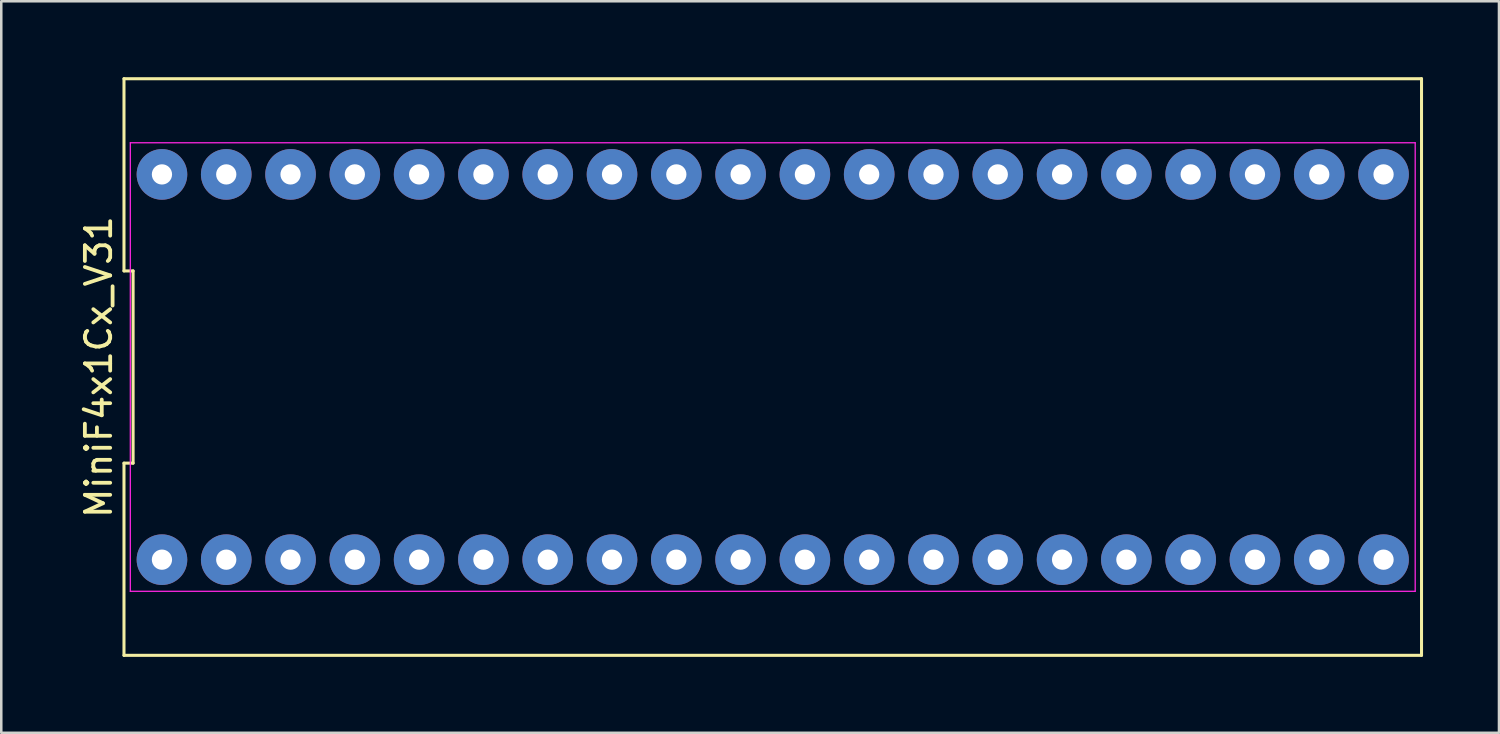
<source format=kicad_pcb>
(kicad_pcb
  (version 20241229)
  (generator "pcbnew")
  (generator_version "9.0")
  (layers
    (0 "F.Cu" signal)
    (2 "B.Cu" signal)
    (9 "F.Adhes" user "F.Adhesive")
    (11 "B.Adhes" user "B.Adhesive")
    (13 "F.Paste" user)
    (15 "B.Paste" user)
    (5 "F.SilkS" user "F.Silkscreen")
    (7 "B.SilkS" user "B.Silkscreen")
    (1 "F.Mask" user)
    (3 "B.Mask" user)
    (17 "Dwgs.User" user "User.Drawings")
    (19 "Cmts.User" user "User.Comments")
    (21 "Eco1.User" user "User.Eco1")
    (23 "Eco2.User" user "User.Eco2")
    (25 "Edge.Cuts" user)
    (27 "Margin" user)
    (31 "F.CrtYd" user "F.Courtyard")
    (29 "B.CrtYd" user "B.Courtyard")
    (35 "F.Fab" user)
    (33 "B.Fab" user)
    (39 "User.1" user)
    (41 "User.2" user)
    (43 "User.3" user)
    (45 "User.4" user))
  (footprint "MiniF4x1Cx_V31"
    (layer "F.Cu")
    (at 27.478 11.45)
    (property "Reference" "MiniF4x1Cx_V31" (at -26.63 0 90) (layer "F.SilkS") (effects (font (size 1 1) (thickness 0.15))))
    (attr through_hole)
    (fp_line (start -25.63 -11.39) (end -25.63 -3.797) (stroke (width 0.12) (type solid)) (layer "F.SilkS"))
    (fp_line (start -25.63 -3.797) (end -25.27 -3.797) (stroke (width 0.12) (type solid)) (layer "F.SilkS"))
    (fp_line (start -25.63 3.797) (end -25.63 11.39) (stroke (width 0.12) (type solid)) (layer "F.SilkS"))
    (fp_line (start -25.63 11.39) (end 25.63 11.39) (stroke (width 0.12) (type solid)) (layer "F.SilkS"))
    (fp_line (start -25.27 -3.797) (end -25.27 3.797) (stroke (width 0.12) (type solid)) (layer "F.SilkS"))
    (fp_line (start -25.27 3.797) (end -25.63 3.797) (stroke (width 0.12) (type solid)) (layer "F.SilkS"))
    (fp_line (start 25.63 -11.39) (end -25.63 -11.39) (stroke (width 0.12) (type solid)) (layer "F.SilkS"))
    (fp_line (start 25.63 11.39) (end 25.63 -11.39) (stroke (width 0.12) (type solid)) (layer "F.SilkS"))
    (fp_line (start -25.38 -8.86) (end 25.38 -8.86) (stroke (width 0.05) (type solid)) (layer "F.CrtYd"))
    (fp_line (start -25.38 8.86) (end -25.38 -8.86) (stroke (width 0.05) (type solid)) (layer "F.CrtYd"))
    (fp_line (start 25.38 -8.86) (end 25.38 8.86) (stroke (width 0.05) (type solid)) (layer "F.CrtYd"))
    (fp_line (start 25.38 8.86) (end -25.38 8.86) (stroke (width 0.05) (type solid)) (layer "F.CrtYd"))
    (pad "1" thru_hole circle (at -24.13 7.61) (size 2 2) (drill 0.8) (layers "*.Cu" "*.Mask"))
    (pad "2" thru_hole circle (at -21.59 7.61) (size 2 2) (drill 0.8) (layers "*.Cu" "*.Mask"))
    (pad "3" thru_hole circle (at -19.05 7.61) (size 2 2) (drill 0.8) (layers "*.Cu" "*.Mask"))
    (pad "4" thru_hole circle (at -16.51 7.61) (size 2 2) (drill 0.8) (layers "*.Cu" "*.Mask"))
    (pad "5" thru_hole circle (at -13.97 7.61) (size 2 2) (drill 0.8) (layers "*.Cu" "*.Mask"))
    (pad "6" thru_hole circle (at -11.43 7.61) (size 2 2) (drill 0.8) (layers "*.Cu" "*.Mask"))
    (pad "7" thru_hole circle (at -8.89 7.61) (size 2 2) (drill 0.8) (layers "*.Cu" "*.Mask"))
    (pad "8" thru_hole circle (at -6.35 7.61) (size 2 2) (drill 0.8) (layers "*.Cu" "*.Mask"))
    (pad "9" thru_hole circle (at -3.81 7.61) (size 2 2) (drill 0.8) (layers "*.Cu" "*.Mask"))
    (pad "10" thru_hole circle (at -1.27 7.61) (size 2 2) (drill 0.8) (layers "*.Cu" "*.Mask"))
    (pad "11" thru_hole circle (at 1.27 7.61) (size 2 2) (drill 0.8) (layers "*.Cu" "*.Mask"))
    (pad "12" thru_hole circle (at 3.81 7.61) (size 2 2) (drill 0.8) (layers "*.Cu" "*.Mask"))
    (pad "13" thru_hole circle (at 6.35 7.61) (size 2 2) (drill 0.8) (layers "*.Cu" "*.Mask"))
    (pad "14" thru_hole circle (at 8.89 7.61) (size 2 2) (drill 0.8) (layers "*.Cu" "*.Mask"))
    (pad "15" thru_hole circle (at 11.43 7.61) (size 2 2) (drill 0.8) (layers "*.Cu" "*.Mask"))
    (pad "16" thru_hole circle (at 13.97 7.61) (size 2 2) (drill 0.8) (layers "*.Cu" "*.Mask"))
    (pad "17" thru_hole circle (at 16.51 7.61) (size 2 2) (drill 0.8) (layers "*.Cu" "*.Mask"))
    (pad "18" thru_hole circle (at 19.05 7.61) (size 2 2) (drill 0.8) (layers "*.Cu" "*.Mask"))
    (pad "19" thru_hole circle (at 21.59 7.61) (size 2 2) (drill 0.8) (layers "*.Cu" "*.Mask"))
    (pad "20" thru_hole circle (at 24.13 7.61) (size 2 2) (drill 0.8) (layers "*.Cu" "*.Mask"))
    (pad "21" thru_hole circle (at 24.13 -7.61) (size 2 2) (drill 0.8) (layers "*.Cu" "*.Mask"))
    (pad "22" thru_hole circle (at 21.59 -7.61) (size 2 2) (drill 0.8) (layers "*.Cu" "*.Mask"))
    (pad "23" thru_hole circle (at 19.05 -7.61) (size 2 2) (drill 0.8) (layers "*.Cu" "*.Mask"))
    (pad "24" thru_hole circle (at 16.51 -7.61) (size 2 2) (drill 0.8) (layers "*.Cu" "*.Mask"))
    (pad "25" thru_hole circle (at 13.97 -7.61) (size 2 2) (drill 0.8) (layers "*.Cu" "*.Mask"))
    (pad "26" thru_hole circle (at 11.43 -7.61) (size 2 2) (drill 0.8) (layers "*.Cu" "*.Mask"))
    (pad "27" thru_hole circle (at 8.89 -7.61) (size 2 2) (drill 0.8) (layers "*.Cu" "*.Mask"))
    (pad "28" thru_hole circle (at 6.35 -7.61) (size 2 2) (drill 0.8) (layers "*.Cu" "*.Mask"))
    (pad "29" thru_hole circle (at 3.81 -7.61) (size 2 2) (drill 0.8) (layers "*.Cu" "*.Mask"))
    (pad "30" thru_hole circle (at 1.27 -7.61) (size 2 2) (drill 0.8) (layers "*.Cu" "*.Mask"))
    (pad "31" thru_hole circle (at -1.27 -7.61) (size 2 2) (drill 0.8) (layers "*.Cu" "*.Mask"))
    (pad "32" thru_hole circle (at -3.81 -7.61) (size 2 2) (drill 0.8) (layers "*.Cu" "*.Mask"))
    (pad "33" thru_hole circle (at -6.35 -7.61) (size 2 2) (drill 0.8) (layers "*.Cu" "*.Mask"))
    (pad "34" thru_hole circle (at -8.89 -7.61) (size 2 2) (drill 0.8) (layers "*.Cu" "*.Mask"))
    (pad "35" thru_hole circle (at -11.43 -7.61) (size 2 2) (drill 0.8) (layers "*.Cu" "*.Mask"))
    (pad "36" thru_hole circle (at -13.97 -7.61) (size 2 2) (drill 0.8) (layers "*.Cu" "*.Mask"))
    (pad "37" thru_hole circle (at -16.51 -7.61) (size 2 2) (drill 0.8) (layers "*.Cu" "*.Mask"))
    (pad "38" thru_hole circle (at -19.05 -7.61) (size 2 2) (drill 0.8) (layers "*.Cu" "*.Mask"))
    (pad "39" thru_hole circle (at -21.59 -7.61) (size 2 2) (drill 0.8) (layers "*.Cu" "*.Mask"))
    (pad "40" thru_hole circle (at -24.13 -7.61) (size 2 2) (drill 0.8) (layers "*.Cu" "*.Mask")))
  (gr_rect
    (start -3 -3)
    (end 56.168 25.9)
    (stroke (width 0.1) (type default))
    (fill no)
    (layer "Edge.Cuts")))
</source>
